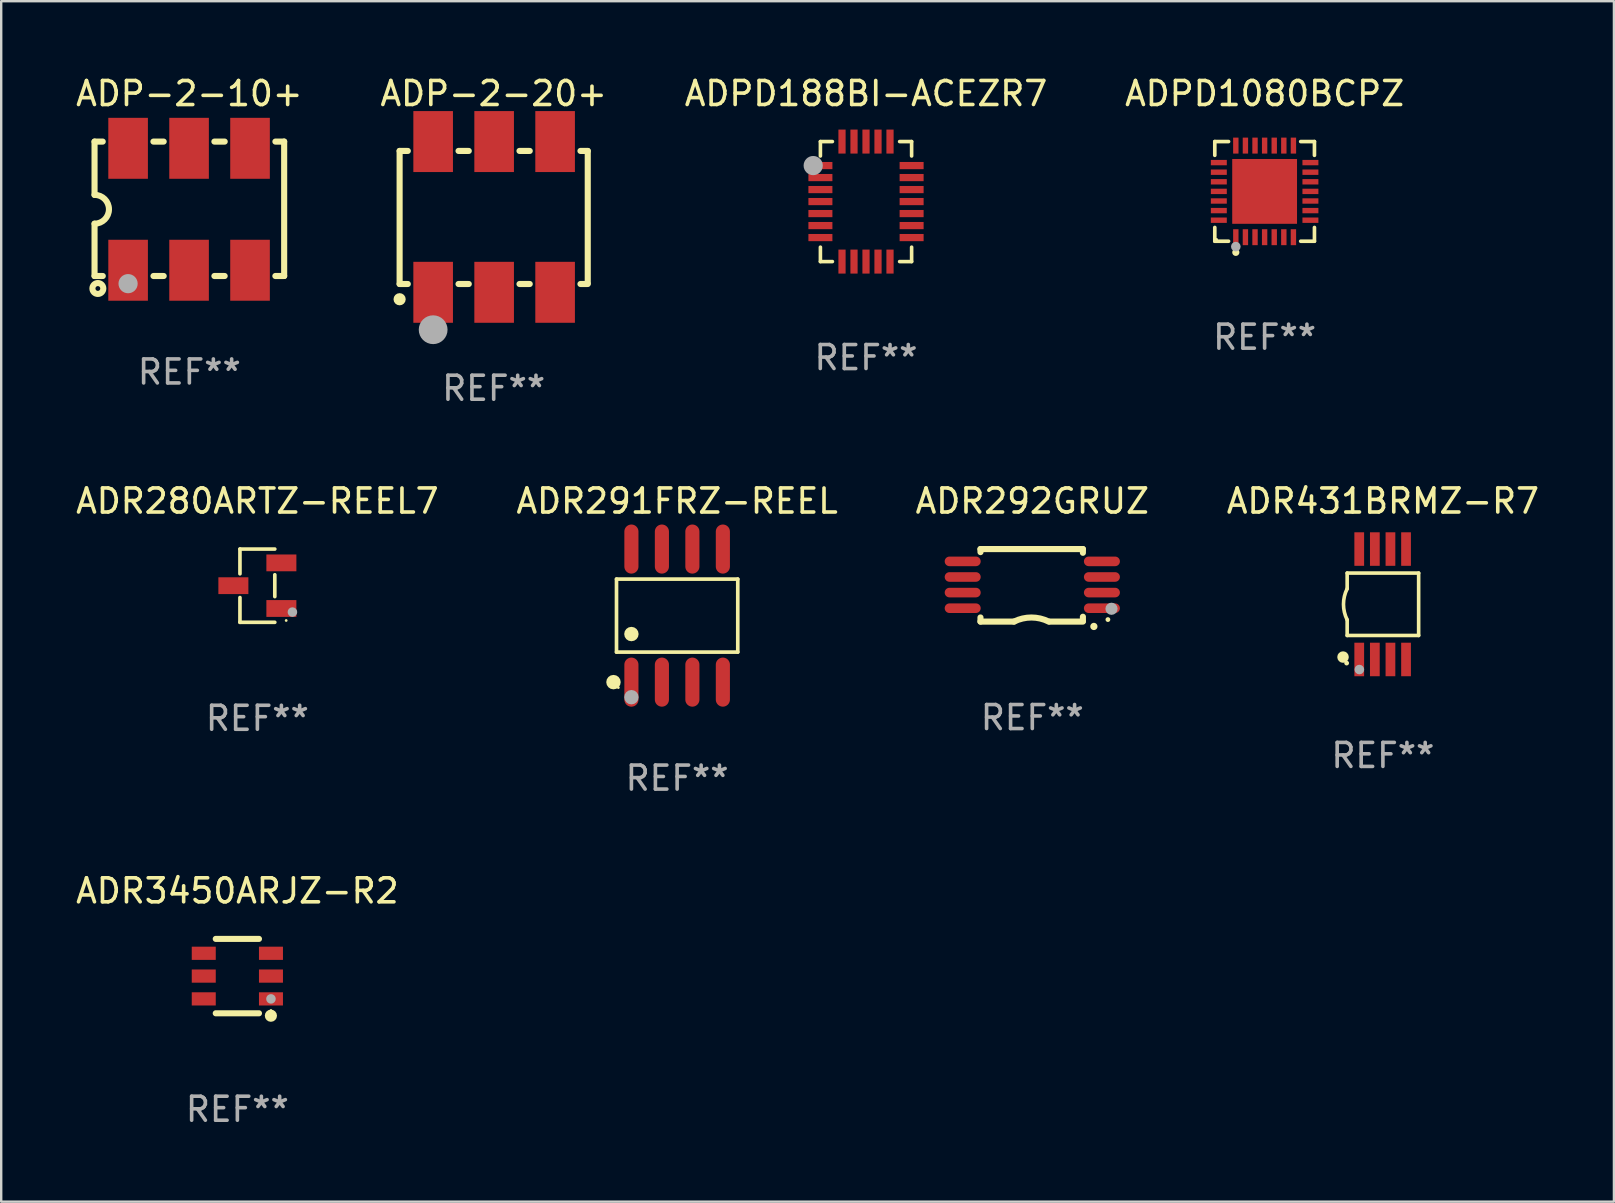
<source format=kicad_pcb>
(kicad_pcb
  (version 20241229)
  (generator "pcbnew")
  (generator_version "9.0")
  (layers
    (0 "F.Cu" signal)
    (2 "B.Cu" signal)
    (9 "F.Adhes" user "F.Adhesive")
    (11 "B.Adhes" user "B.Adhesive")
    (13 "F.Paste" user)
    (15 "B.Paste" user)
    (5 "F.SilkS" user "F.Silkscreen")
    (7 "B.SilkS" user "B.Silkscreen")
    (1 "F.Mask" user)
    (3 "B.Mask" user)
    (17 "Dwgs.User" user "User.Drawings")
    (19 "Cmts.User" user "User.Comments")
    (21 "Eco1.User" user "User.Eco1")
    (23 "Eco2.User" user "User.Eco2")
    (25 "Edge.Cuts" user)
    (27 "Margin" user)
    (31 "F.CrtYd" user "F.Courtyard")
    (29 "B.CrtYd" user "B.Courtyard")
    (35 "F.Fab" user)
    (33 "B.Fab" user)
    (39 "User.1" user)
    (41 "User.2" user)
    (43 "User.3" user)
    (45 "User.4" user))
  (footprint "ADR3450ARJZ-R2"
    (layer "F.Cu")
    (at 6.839 37.616)
    (property "Reference" "ADR3450ARJZ-R2" (at 0 -3.55 0) (layer "F.SilkS") (effects (font (size 1 1) (thickness 0.15))))
    (attr through_hole)
    (fp_line (start -0.9 -1.55) (end 0.9 -1.55) (stroke (width 0.254) (type solid)) (layer "F.SilkS"))
    (fp_line (start -0.9 1.55) (end 0.9 1.55) (stroke (width 0.254) (type solid)) (layer "F.SilkS"))
    (fp_circle (center 1.397 1.651) (end 1.524 1.651) (stroke (width 0.254) (type solid)) (fill no) (layer "F.SilkS"))
    (fp_circle (center 1.4 1.435) (end 1.43 1.435) (stroke (width 0.06) (type solid)) (fill no) (layer "F.SilkS"))
    (fp_circle (center 1.4 0.95) (end 1.5 0.95) (stroke (width 0.2) (type solid)) (fill no) (layer "F.Fab"))
    (fp_text user "REF**" (at 0 5.55 0) (layer "F.Fab") (effects (font (size 1 1) (thickness 0.15))))
    (pad "1" smd rect (at 1.4 0.95) (size 1 0.55) (layers "F.Cu" "F.Mask" "F.Paste"))
    (pad "2" smd rect (at 1.4 -0.000102) (size 1 0.55) (layers "F.Cu" "F.Mask" "F.Paste"))
    (pad "3" smd rect (at 1.4 -0.95) (size 1 0.55) (layers "F.Cu" "F.Mask" "F.Paste"))
    (pad "4" smd rect (at -1.4 -0.95) (size 1 0.55) (layers "F.Cu" "F.Mask" "F.Paste"))
    (pad "5" smd rect (at -1.4 -0.000102) (size 1 0.55) (layers "F.Cu" "F.Mask" "F.Paste"))
    (pad "6" smd rect (at -1.4 0.95) (size 1 0.55) (layers "F.Cu" "F.Mask" "F.Paste")))
  (footprint "ADR431BRMZ-R7"
    (layer "F.Cu")
    (at 54.565 22.125)
    (property "Reference" "ADR431BRMZ-R7" (at 0 -4.3 0) (layer "F.SilkS") (effects (font (size 1 1) (thickness 0.15))))
    (attr through_hole)
    (fp_line (start -1.489 -1.3) (end -1.489 -0.648) (stroke (width 0.15) (type solid)) (layer "F.SilkS"))
    (fp_line (start -1.489 0.648) (end -1.489 1.3) (stroke (width 0.15) (type solid)) (layer "F.SilkS"))
    (fp_line (start -1.489 1.3) (end 1.489 1.3) (stroke (width 0.15) (type solid)) (layer "F.SilkS"))
    (fp_line (start 1.489 -1.3) (end -1.489 -1.3) (stroke (width 0.15) (type solid)) (layer "F.SilkS"))
    (fp_line (start 1.489 1.3) (end 1.489 -1.3) (stroke (width 0.15) (type solid)) (layer "F.SilkS"))
    (fp_arc (start -1.489205 0.647702) (mid -1.642107 0) (end -1.489205 -0.647701) (stroke (width 0.150013) (type solid)) (layer "F.SilkS"))
    (fp_circle (center -1.661 2.2) (end -1.541 2.2) (stroke (width 0.24) (type solid)) (fill no) (layer "F.SilkS"))
    (fp_circle (center -1.511 2.45) (end -1.461 2.45) (stroke (width 0.1) (type solid)) (fill no) (layer "F.SilkS"))
    (fp_circle (center -0.981 2.72) (end -0.881 2.72) (stroke (width 0.2) (type solid)) (fill no) (layer "F.Fab"))
    (fp_text user "REF**" (at 0 6.3 0) (layer "F.Fab") (effects (font (size 1 1) (thickness 0.15))))
    (pad "1" smd rect (at -0.986 2.3) (size 0.406 1.397) (layers "F.Cu" "F.Mask" "F.Paste"))
    (pad "2" smd rect (at -0.336 2.3) (size 0.406 1.397) (layers "F.Cu" "F.Mask" "F.Paste"))
    (pad "3" smd rect (at 0.314 2.3) (size 0.406 1.397) (layers "F.Cu" "F.Mask" "F.Paste"))
    (pad "4" smd rect (at 0.964 2.3) (size 0.406 1.397) (layers "F.Cu" "F.Mask" "F.Paste"))
    (pad "5" smd rect (at 0.964 -2.3) (size 0.406 1.397) (layers "F.Cu" "F.Mask" "F.Paste"))
    (pad "6" smd rect (at 0.314 -2.3) (size 0.406 1.397) (layers "F.Cu" "F.Mask" "F.Paste"))
    (pad "7" smd rect (at -0.336 -2.3) (size 0.406 1.397) (layers "F.Cu" "F.Mask" "F.Paste"))
    (pad "8" smd rect (at -0.986 -2.3) (size 0.406 1.397) (layers "F.Cu" "F.Mask" "F.Paste")))
  (footprint "ADPD1080BCPZ"
    (layer "F.Cu")
    (at 49.637 4.924)
    (property "Reference" "ADPD1080BCPZ" (at 0 -4.076 0) (layer "F.SilkS") (effects (font (size 1 1) (thickness 0.15))))
    (attr through_hole)
    (fp_line (start -2.076 -2.076) (end -1.503 -2.076) (stroke (width 0.152) (type solid)) (layer "F.SilkS"))
    (fp_line (start -2.076 -1.503) (end -2.076 -2.076) (stroke (width 0.152) (type solid)) (layer "F.SilkS"))
    (fp_line (start -2.076 1.503) (end -2.076 2.076) (stroke (width 0.152) (type solid)) (layer "F.SilkS"))
    (fp_line (start -2.076 2.076) (end -1.503 2.076) (stroke (width 0.152) (type solid)) (layer "F.SilkS"))
    (fp_line (start 2.076 -2.076) (end 1.503 -2.076) (stroke (width 0.152) (type solid)) (layer "F.SilkS"))
    (fp_line (start 2.076 -1.503) (end 2.076 -2.076) (stroke (width 0.152) (type solid)) (layer "F.SilkS"))
    (fp_line (start 2.076 1.503) (end 2.076 2.076) (stroke (width 0.152) (type solid)) (layer "F.SilkS"))
    (fp_line (start 2.076 2.076) (end 1.503 2.076) (stroke (width 0.152) (type solid)) (layer "F.SilkS"))
    (fp_circle (center -2 2) (end -1.97 2) (stroke (width 0.06) (type solid)) (fill no) (layer "F.SilkS"))
    (fp_circle (center -1.2 2.54) (end -1.125 2.54) (stroke (width 0.15) (type solid)) (fill no) (layer "F.SilkS"))
    (fp_circle (center -1.2 2.3) (end -1.1 2.3) (stroke (width 0.2) (type solid)) (fill no) (layer "F.Fab"))
    (fp_text user "REF**" (at 0 6.076 0) (layer "F.Fab") (effects (font (size 1 1) (thickness 0.15))))
    (pad "1" smd rect (at -1.2 1.908) (size 0.224 0.665) (layers "F.Cu" "F.Mask" "F.Paste"))
    (pad "2" smd rect (at -0.8 1.908) (size 0.224 0.665) (layers "F.Cu" "F.Mask" "F.Paste"))
    (pad "3" smd rect (at -0.4 1.908) (size 0.224 0.665) (layers "F.Cu" "F.Mask" "F.Paste"))
    (pad "4" smd rect (at 0 1.908) (size 0.224 0.665) (layers "F.Cu" "F.Mask" "F.Paste"))
    (pad "5" smd rect (at 0.4 1.908) (size 0.224 0.665) (layers "F.Cu" "F.Mask" "F.Paste"))
    (pad "6" smd rect (at 0.8 1.908) (size 0.224 0.665) (layers "F.Cu" "F.Mask" "F.Paste"))
    (pad "7" smd rect (at 1.2 1.908) (size 0.224 0.665) (layers "F.Cu" "F.Mask" "F.Paste"))
    (pad "8" smd rect (at 1.908 1.2) (size 0.665 0.224) (layers "F.Cu" "F.Mask" "F.Paste"))
    (pad "9" smd rect (at 1.908 0.8) (size 0.665 0.224) (layers "F.Cu" "F.Mask" "F.Paste"))
    (pad "10" smd rect (at 1.908 0.4) (size 0.665 0.224) (layers "F.Cu" "F.Mask" "F.Paste"))
    (pad "11" smd rect (at 1.908 0) (size 0.665 0.224) (layers "F.Cu" "F.Mask" "F.Paste"))
    (pad "12" smd rect (at 1.908 -0.4) (size 0.665 0.224) (layers "F.Cu" "F.Mask" "F.Paste"))
    (pad "13" smd rect (at 1.908 -0.8) (size 0.665 0.224) (layers "F.Cu" "F.Mask" "F.Paste"))
    (pad "14" smd rect (at 1.908 -1.2) (size 0.665 0.224) (layers "F.Cu" "F.Mask" "F.Paste"))
    (pad "15" smd rect (at 1.2 -1.908) (size 0.224 0.665) (layers "F.Cu" "F.Mask" "F.Paste"))
    (pad "16" smd rect (at 0.8 -1.908) (size 0.224 0.665) (layers "F.Cu" "F.Mask" "F.Paste"))
    (pad "17" smd rect (at 0.4 -1.908) (size 0.224 0.665) (layers "F.Cu" "F.Mask" "F.Paste"))
    (pad "18" smd rect (at 0 -1.908) (size 0.224 0.665) (layers "F.Cu" "F.Mask" "F.Paste"))
    (pad "19" smd rect (at -0.4 -1.908) (size 0.224 0.665) (layers "F.Cu" "F.Mask" "F.Paste"))
    (pad "20" smd rect (at -0.8 -1.908) (size 0.224 0.665) (layers "F.Cu" "F.Mask" "F.Paste"))
    (pad "21" smd rect (at -1.2 -1.908) (size 0.224 0.665) (layers "F.Cu" "F.Mask" "F.Paste"))
    (pad "22" smd rect (at -1.908 -1.2) (size 0.665 0.224) (layers "F.Cu" "F.Mask" "F.Paste"))
    (pad "23" smd rect (at -1.908 -0.8) (size 0.665 0.224) (layers "F.Cu" "F.Mask" "F.Paste"))
    (pad "24" smd rect (at -1.908 -0.4) (size 0.665 0.224) (layers "F.Cu" "F.Mask" "F.Paste"))
    (pad "25" smd rect (at -1.908 0) (size 0.665 0.224) (layers "F.Cu" "F.Mask" "F.Paste"))
    (pad "26" smd rect (at -1.908 0.4) (size 0.665 0.224) (layers "F.Cu" "F.Mask" "F.Paste"))
    (pad "27" smd rect (at -1.908 0.8) (size 0.665 0.224) (layers "F.Cu" "F.Mask" "F.Paste"))
    (pad "28" smd rect (at -1.908 1.2) (size 0.665 0.224) (layers "F.Cu" "F.Mask" "F.Paste"))
    (pad "29" smd rect (at 0 0) (size 2.7 2.7) (layers "F.Cu" "F.Mask" "F.Paste")))
  (footprint "ADPD188BI-ACEZR7"
    (layer "F.Cu")
    (at 33.03 5.348)
    (property "Reference" "ADPD188BI-ACEZR7" (at 0 -4.5 0) (layer "F.SilkS") (effects (font (size 1 1) (thickness 0.15))))
    (attr through_hole)
    (fp_line (start -1.9 -2.5) (end -1.4 -2.5) (stroke (width 0.15) (type solid)) (layer "F.SilkS"))
    (fp_line (start -1.9 -1.9) (end -1.9 -2.5) (stroke (width 0.15) (type solid)) (layer "F.SilkS"))
    (fp_line (start -1.9 2.5) (end -1.9 1.9) (stroke (width 0.15) (type solid)) (layer "F.SilkS"))
    (fp_line (start -1.4 2.5) (end -1.9 2.5) (stroke (width 0.15) (type solid)) (layer "F.SilkS"))
    (fp_line (start 1.4 -2.5) (end 1.9 -2.5) (stroke (width 0.15) (type solid)) (layer "F.SilkS"))
    (fp_line (start 1.4 2.5) (end 1.9 2.5) (stroke (width 0.15) (type solid)) (layer "F.SilkS"))
    (fp_line (start 1.9 -2.5) (end 1.9 -1.9) (stroke (width 0.15) (type solid)) (layer "F.SilkS"))
    (fp_line (start 1.9 2.5) (end 1.9 1.9) (stroke (width 0.15) (type solid)) (layer "F.SilkS"))
    (fp_circle (center -1.9 -2.5) (end -1.87 -2.5) (stroke (width 0.06) (type solid)) (fill no) (layer "F.SilkS"))
    (fp_circle (center -2.2 -1.5) (end -2 -1.5) (stroke (width 0.4) (type solid)) (fill no) (layer "F.Fab"))
    (fp_text user "REF**" (at 0 6.5 0) (layer "F.Fab") (effects (font (size 1 1) (thickness 0.15))))
    (pad "1" smd rect (at -1.9 -1.5) (size 1 0.3) (layers "F.Cu" "F.Mask" "F.Paste"))
    (pad "2" smd rect (at -1.9 -1) (size 1 0.3) (layers "F.Cu" "F.Mask" "F.Paste"))
    (pad "3" smd rect (at -1.9 -0.5) (size 1 0.3) (layers "F.Cu" "F.Mask" "F.Paste"))
    (pad "4" smd rect (at -1.9 0) (size 1 0.3) (layers "F.Cu" "F.Mask" "F.Paste"))
    (pad "5" smd rect (at -1.9 0.5) (size 1 0.3) (layers "F.Cu" "F.Mask" "F.Paste"))
    (pad "6" smd rect (at -1.9 1) (size 1 0.3) (layers "F.Cu" "F.Mask" "F.Paste"))
    (pad "7" smd rect (at -1.9 1.5) (size 1 0.3) (layers "F.Cu" "F.Mask" "F.Paste"))
    (pad "8" smd rect (at -1 2.5 90) (size 1 0.3) (layers "F.Cu" "F.Mask" "F.Paste"))
    (pad "9" smd rect (at -0.5 2.5 90) (size 1 0.3) (layers "F.Cu" "F.Mask" "F.Paste"))
    (pad "10" smd rect (at 0 2.5 90) (size 1 0.3) (layers "F.Cu" "F.Mask" "F.Paste"))
    (pad "11" smd rect (at 0.5 2.5 90) (size 1 0.3) (layers "F.Cu" "F.Mask" "F.Paste"))
    (pad "12" smd rect (at 1 2.5 90) (size 1 0.3) (layers "F.Cu" "F.Mask" "F.Paste"))
    (pad "13" smd rect (at 1.9 1.5 180) (size 1 0.3) (layers "F.Cu" "F.Mask" "F.Paste"))
    (pad "14" smd rect (at 1.9 1 180) (size 1 0.3) (layers "F.Cu" "F.Mask" "F.Paste"))
    (pad "15" smd rect (at 1.9 0.5 180) (size 1 0.3) (layers "F.Cu" "F.Mask" "F.Paste"))
    (pad "16" smd rect (at 1.9 0 180) (size 1 0.3) (layers "F.Cu" "F.Mask" "F.Paste"))
    (pad "17" smd rect (at 1.9 -0.5 180) (size 1 0.3) (layers "F.Cu" "F.Mask" "F.Paste"))
    (pad "18" smd rect (at 1.9 -1 180) (size 1 0.3) (layers "F.Cu" "F.Mask" "F.Paste"))
    (pad "19" smd rect (at 1.9 -1.5 180) (size 1 0.3) (layers "F.Cu" "F.Mask" "F.Paste"))
    (pad "20" smd rect (at 1 -2.5 270) (size 1 0.3) (layers "F.Cu" "F.Mask" "F.Paste"))
    (pad "21" smd rect (at 0.5 -2.5 270) (size 1 0.3) (layers "F.Cu" "F.Mask" "F.Paste"))
    (pad "22" smd rect (at 0 -2.5 270) (size 1 0.3) (layers "F.Cu" "F.Mask" "F.Paste"))
    (pad "23" smd rect (at -0.5 -2.5 270) (size 1 0.3) (layers "F.Cu" "F.Mask" "F.Paste"))
    (pad "24" smd rect (at -1 -2.5 270) (size 1 0.3) (layers "F.Cu" "F.Mask" "F.Paste")))
  (footprint "ADR292GRUZ"
    (layer "F.Cu")
    (at 39.958 21.336)
    (property "Reference" "ADR292GRUZ" (at 0 -3.511 0) (layer "F.SilkS") (effects (font (size 1 1) (thickness 0.15))))
    (attr through_hole)
    (fp_line (start -2.159 -1.511) (end 2.108 -1.511) (stroke (width 0.254) (type solid)) (layer "F.SilkS"))
    (fp_line (start -2.159 -1.384) (end -2.159 -1.511) (stroke (width 0.254) (type solid)) (layer "F.SilkS"))
    (fp_line (start -2.159 1.511) (end -2.159 1.339) (stroke (width 0.254) (type solid)) (layer "F.SilkS"))
    (fp_line (start -0.762 1.511) (end -2.159 1.511) (stroke (width 0.254) (type solid)) (layer "F.SilkS"))
    (fp_line (start 2.108 -1.511) (end 2.108 -1.355) (stroke (width 0.254) (type solid)) (layer "F.SilkS"))
    (fp_line (start 2.108 1.309) (end 2.108 1.486) (stroke (width 0.254) (type solid)) (layer "F.SilkS"))
    (fp_line (start 2.108 1.511) (end 0.711 1.511) (stroke (width 0.254) (type solid)) (layer "F.SilkS"))
    (fp_arc (start -0.762002 1.511303) (mid -0.0381 1.340413) (end 0.685801 1.511303) (stroke (width 0.254001) (type solid)) (layer "F.SilkS"))
    (fp_arc (start 2.565405 1.714503) (mid 2.5654 1.713233) (end 2.565405 1.711963) (stroke (width 0.3) (type solid)) (layer "F.SilkS"))
    (fp_circle (center 3.15 1.427) (end 3.2 1.427) (stroke (width 0.1) (type solid)) (fill no) (layer "F.SilkS"))
    (fp_circle (center 3.3 0.977) (end 3.427 0.977) (stroke (width 0.254) (type solid)) (fill no) (layer "F.Fab"))
    (fp_text user "REF**" (at 0 5.511 0) (layer "F.Fab") (effects (font (size 1 1) (thickness 0.15))))
    (pad "1" smd oval (at 2.9 0.953 270) (size 0.4 1.5) (layers "F.Cu" "F.Mask" "F.Paste"))
    (pad "2" smd oval (at 2.9 0.302 270) (size 0.4 1.5) (layers "F.Cu" "F.Mask" "F.Paste"))
    (pad "3" smd oval (at 2.9 -0.348 270) (size 0.4 1.5) (layers "F.Cu" "F.Mask" "F.Paste"))
    (pad "4" smd oval (at 2.9 -0.998 270) (size 0.4 1.5) (layers "F.Cu" "F.Mask" "F.Paste"))
    (pad "5" smd oval (at -2.9 -0.998 270) (size 0.4 1.5) (layers "F.Cu" "F.Mask" "F.Paste"))
    (pad "6" smd oval (at -2.9 -0.348 270) (size 0.4 1.5) (layers "F.Cu" "F.Mask" "F.Paste"))
    (pad "7" smd oval (at -2.9 0.302 270) (size 0.4 1.5) (layers "F.Cu" "F.Mask" "F.Paste"))
    (pad "8" smd oval (at -2.9 0.953 270) (size 0.4 1.5) (layers "F.Cu" "F.Mask" "F.Paste")))
  (footprint "ADP-2-10+"
    (layer "F.Cu")
    (at 4.839 5.649)
    (property "Reference" "ADP-2-10+" (at 0 -4.8 0) (layer "F.SilkS") (effects (font (size 1 1) (thickness 0.15))))
    (attr through_hole)
    (fp_line (start -3.95 -2.8) (end -3.95 -0.58) (stroke (width 0.254) (type solid)) (layer "F.SilkS"))
    (fp_line (start -3.95 -2.8) (end -3.609 -2.8) (stroke (width 0.254) (type solid)) (layer "F.SilkS"))
    (fp_line (start -3.95 2.8) (end -3.95 0.62) (stroke (width 0.254) (type solid)) (layer "F.SilkS"))
    (fp_line (start -3.95 2.8) (end -3.607 2.8) (stroke (width 0.254) (type solid)) (layer "F.SilkS"))
    (fp_line (start -1.497 -2.8) (end -1.069 -2.8) (stroke (width 0.254) (type solid)) (layer "F.SilkS"))
    (fp_line (start -1.495 2.8) (end -1.069 2.8) (stroke (width 0.254) (type solid)) (layer "F.SilkS"))
    (fp_line (start 1.043 -2.8) (end 1.473 -2.8) (stroke (width 0.254) (type solid)) (layer "F.SilkS"))
    (fp_line (start 1.043 2.8) (end 1.471 2.8) (stroke (width 0.254) (type solid)) (layer "F.SilkS"))
    (fp_line (start 3.583 2.8) (end 3.95 2.8) (stroke (width 0.254) (type solid)) (layer "F.SilkS"))
    (fp_line (start 3.585 -2.8) (end 3.95 -2.8) (stroke (width 0.254) (type solid)) (layer "F.SilkS"))
    (fp_line (start 3.95 2.8) (end 3.95 -2.8) (stroke (width 0.254) (type solid)) (layer "F.SilkS"))
    (fp_arc (start -3.949708 -0.580392) (mid -3.349606 0.01971) (end -3.949708 0.619812) (stroke (width 0.254001) (type solid)) (layer "F.SilkS"))
    (fp_circle (center -3.947 3.475) (end -3.917 3.475) (stroke (width 0.06) (type solid)) (fill no) (layer "F.SilkS"))
    (fp_circle (center -3.812 3.32) (end -3.712 3.32) (stroke (width 0.254) (type solid)) (fill no) (layer "F.SilkS"))
    (fp_circle (center -2.553 3.119) (end -2.353 3.119) (stroke (width 0.4) (type solid)) (fill no) (layer "F.Fab"))
    (fp_text user "REF**" (at 0 6.8 0) (layer "F.Fab") (effects (font (size 1 1) (thickness 0.15))))
    (pad "1" smd rect (at -2.552 2.56) (size 1.65 2.54) (layers "F.Cu" "F.Mask" "F.Paste"))
    (pad "2" smd rect (at -0.012 2.56) (size 1.65 2.54) (layers "F.Cu" "F.Mask" "F.Paste"))
    (pad "3" smd rect (at 2.528 2.56) (size 1.65 2.54) (layers "F.Cu" "F.Mask" "F.Paste"))
    (pad "4" smd rect (at 2.528 -2.52) (size 1.65 2.54) (layers "F.Cu" "F.Mask" "F.Paste"))
    (pad "5" smd rect (at -0.012 -2.52) (size 1.65 2.54) (layers "F.Cu" "F.Mask" "F.Paste"))
    (pad "6" smd rect (at -2.552 -2.52) (size 1.65 2.54) (layers "F.Cu" "F.Mask" "F.Paste")))
  (footprint "ADR291FRZ-REEL"
    (layer "F.Cu")
    (at 25.161 22.597)
    (property "Reference" "ADR291FRZ-REEL" (at 0 -4.772 0) (layer "F.SilkS") (effects (font (size 1 1) (thickness 0.15))))
    (attr through_hole)
    (fp_line (start -2.526 -1.521) (end 2.526 -1.521) (stroke (width 0.152) (type solid)) (layer "F.SilkS"))
    (fp_line (start -2.526 1.521) (end -2.526 -1.521) (stroke (width 0.152) (type solid)) (layer "F.SilkS"))
    (fp_line (start 2.526 -1.521) (end 2.526 1.521) (stroke (width 0.152) (type solid)) (layer "F.SilkS"))
    (fp_line (start 2.526 1.521) (end -2.526 1.521) (stroke (width 0.152) (type solid)) (layer "F.SilkS"))
    (fp_circle (center -2.652 2.772) (end -2.501 2.772) (stroke (width 0.3) (type solid)) (fill no) (layer "F.SilkS"))
    (fp_circle (center -2.45 3) (end -2.42 3) (stroke (width 0.06) (type solid)) (fill no) (layer "F.SilkS"))
    (fp_circle (center -1.905 0.769) (end -1.755 0.769) (stroke (width 0.3) (type solid)) (fill no) (layer "F.SilkS"))
    (fp_circle (center -1.905 3.4) (end -1.755 3.4) (stroke (width 0.3) (type solid)) (fill no) (layer "F.Fab"))
    (fp_text user "REF**" (at 0 6.772 0) (layer "F.Fab") (effects (font (size 1 1) (thickness 0.15))))
    (pad "1" smd oval (at -1.905 2.772) (size 0.588 2.045) (layers "F.Cu" "F.Mask" "F.Paste"))
    (pad "2" smd oval (at -0.635 2.772) (size 0.588 2.045) (layers "F.Cu" "F.Mask" "F.Paste"))
    (pad "3" smd oval (at 0.635 2.772) (size 0.588 2.045) (layers "F.Cu" "F.Mask" "F.Paste"))
    (pad "4" smd oval (at 1.905 2.772) (size 0.588 2.045) (layers "F.Cu" "F.Mask" "F.Paste"))
    (pad "5" smd oval (at 1.905 -2.772) (size 0.588 2.045) (layers "F.Cu" "F.Mask" "F.Paste"))
    (pad "6" smd oval (at 0.635 -2.772) (size 0.588 2.045) (layers "F.Cu" "F.Mask" "F.Paste"))
    (pad "7" smd oval (at -0.635 -2.772) (size 0.588 2.045) (layers "F.Cu" "F.Mask" "F.Paste"))
    (pad "8" smd oval (at -1.905 -2.772) (size 0.588 2.045) (layers "F.Cu" "F.Mask" "F.Paste")))
  (footprint "ADR280ARTZ-REEL7"
    (layer "F.Cu")
    (at 7.673 21.351)
    (property "Reference" "ADR280ARTZ-REEL7" (at 0 -3.526 0) (layer "F.SilkS") (effects (font (size 1 1) (thickness 0.15))))
    (attr through_hole)
    (fp_line (start -0.726 -1.526) (end -0.726 -0.495) (stroke (width 0.152) (type solid)) (layer "F.SilkS"))
    (fp_line (start -0.726 1.526) (end -0.726 0.495) (stroke (width 0.152) (type solid)) (layer "F.SilkS"))
    (fp_line (start 0.726 -1.526) (end -0.726 -1.526) (stroke (width 0.152) (type solid)) (layer "F.SilkS"))
    (fp_line (start 0.726 -0.455) (end 0.726 0.455) (stroke (width 0.152) (type solid)) (layer "F.SilkS"))
    (fp_line (start 0.726 1.526) (end -0.726 1.526) (stroke (width 0.152) (type solid)) (layer "F.SilkS"))
    (fp_circle (center 1.2 1.45) (end 1.23 1.45) (stroke (width 0.06) (type solid)) (fill no) (layer "F.SilkS"))
    (fp_circle (center 1.46 1.1) (end 1.56 1.1) (stroke (width 0.2) (type solid)) (fill no) (layer "F.Fab"))
    (fp_text user "REF**" (at 0 5.526 0) (layer "F.Fab") (effects (font (size 1 1) (thickness 0.15))))
    (pad "1" smd rect (at 1 0.95) (size 1.25 0.7) (layers "F.Cu" "F.Mask" "F.Paste"))
    (pad "2" smd rect (at 1 -0.95) (size 1.25 0.7) (layers "F.Cu" "F.Mask" "F.Paste"))
    (pad "3" smd rect (at -1 0) (size 1.25 0.7) (layers "F.Cu" "F.Mask" "F.Paste")))
  (footprint "ADP-2-20+"
    (layer "F.Cu")
    (at 17.518 5.988)
    (property "Reference" "ADP-2-20+" (at 0 -5.14 0) (layer "F.SilkS") (effects (font (size 1 1) (thickness 0.15))))
    (attr through_hole)
    (fp_line (start -3.919 -2.75) (end -3.919 2.794) (stroke (width 0.254) (type solid)) (layer "F.SilkS"))
    (fp_line (start -3.919 2.794) (end -3.578 2.794) (stroke (width 0.254) (type solid)) (layer "F.SilkS"))
    (fp_line (start -3.578 -2.75) (end -3.919 -2.75) (stroke (width 0.254) (type solid)) (layer "F.SilkS"))
    (fp_line (start -1.465 2.794) (end -1.038 2.794) (stroke (width 0.254) (type solid)) (layer "F.SilkS"))
    (fp_line (start -1.038 -2.75) (end -1.465 -2.75) (stroke (width 0.254) (type solid)) (layer "F.SilkS"))
    (fp_line (start 1.075 2.794) (end 1.502 2.794) (stroke (width 0.254) (type solid)) (layer "F.SilkS"))
    (fp_line (start 1.502 -2.75) (end 1.075 -2.75) (stroke (width 0.254) (type solid)) (layer "F.SilkS"))
    (fp_line (start 3.615 2.794) (end 3.919 2.794) (stroke (width 0.254) (type solid)) (layer "F.SilkS"))
    (fp_line (start 3.919 -2.75) (end 3.615 -2.75) (stroke (width 0.254) (type solid)) (layer "F.SilkS"))
    (fp_line (start 3.919 -2.75) (end 3.919 2.75) (stroke (width 0.254) (type solid)) (layer "F.SilkS"))
    (fp_circle (center -3.919 3.429) (end -3.792 3.429) (stroke (width 0.254) (type solid)) (fill no) (layer "F.SilkS"))
    (fp_circle (center -3.881 3.46) (end -3.851 3.46) (stroke (width 0.06) (type solid)) (fill no) (layer "F.SilkS"))
    (fp_circle (center -2.522 4.699) (end -2.222 4.699) (stroke (width 0.6) (type solid)) (fill no) (layer "F.Fab"))
    (fp_text user "REF**" (at 0 7.14 0) (layer "F.Fab") (effects (font (size 1 1) (thickness 0.15))))
    (pad "1" smd rect (at -2.522 3.14) (size 1.65 2.54) (layers "F.Cu" "F.Mask" "F.Paste"))
    (pad "2" smd rect (at 0.019 3.14) (size 1.65 2.54) (layers "F.Cu" "F.Mask" "F.Paste"))
    (pad "3" smd rect (at 2.559 3.14) (size 1.65 2.54) (layers "F.Cu" "F.Mask" "F.Paste"))
    (pad "4" smd rect (at 2.559 -3.14) (size 1.65 2.54) (layers "F.Cu" "F.Mask" "F.Paste"))
    (pad "5" smd rect (at 0.019 -3.14) (size 1.65 2.54) (layers "F.Cu" "F.Mask" "F.Paste"))
    (pad "6" smd rect (at -2.522 -3.14) (size 1.65 2.54) (layers "F.Cu" "F.Mask" "F.Paste")))
  (gr_rect
    (start -3 -3)
    (end 64.19 47.014)
    (stroke (width 0.1) (type default))
    (fill no)
    (layer "Edge.Cuts")))
</source>
